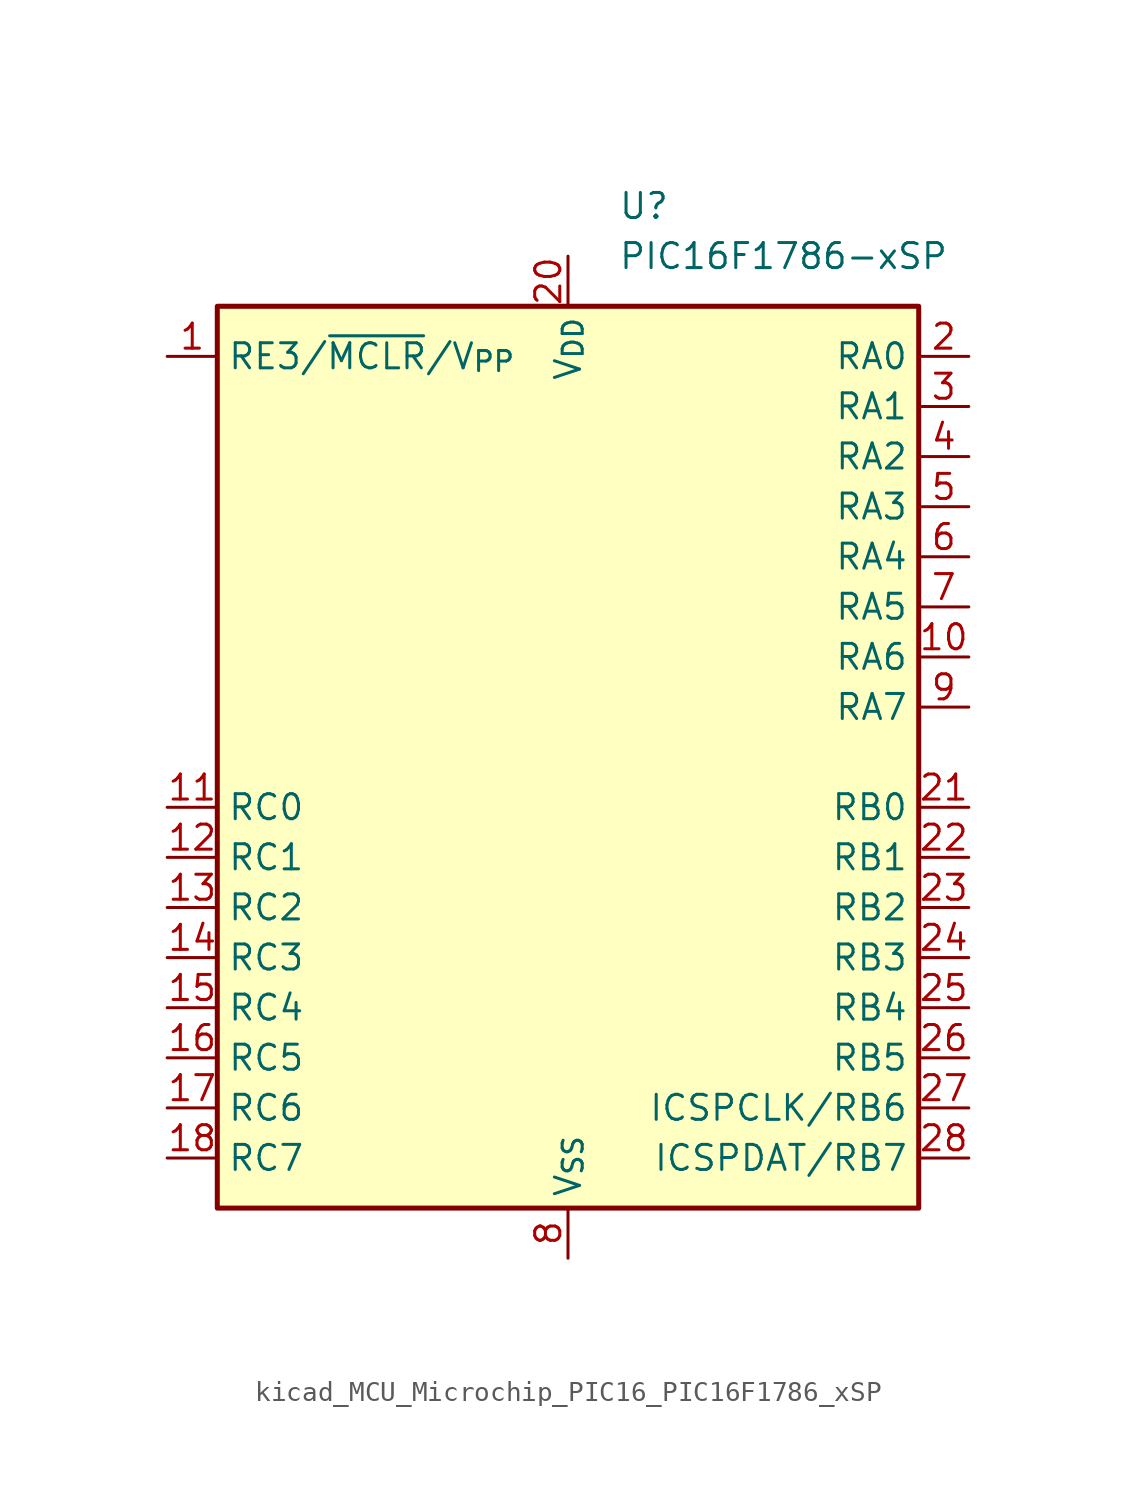
<source format=kicad_sym>
(kicad_symbol_lib
  (version 20220914)
  (generator kicad_symbol_editor)
  (symbol "kicad_MCU_Microchip_PIC16_PIC16F1786_xSP"
    (property "Reference" "U"
      (at 2.54 27.94 0)
      (effects (font (size 1.27 1.27)) (justify left)))
    (property "Value" "PIC16F1786-xSP"
      (at 2.54 25.4 0)
      (effects (font (size 1.27 1.27)) (justify left)))
    (symbol "kicad_MCU_Microchip_PIC16_PIC16F1786_xSP_0_1"
      (rectangle (start -17.78 -22.86) (end 17.78 22.86) (stroke (width 0.254) (type default)) (fill (type background))))
    (symbol "kicad_MCU_Microchip_PIC16_PIC16F1786_xSP_1_1"
      (pin input line (at -20.32 20.32 0) (length 2.54) (name "RE3/~{MCLR}/V_{PP}" (effects (font (size 1.27 1.27)))) (number "1" (effects (font (size 1.27 1.27)))))
      (pin bidirectional line (at 20.32 5.08 180) (length 2.54) (name "RA6" (effects (font (size 1.27 1.27)))) (number "10" (effects (font (size 1.27 1.27)))))
      (pin bidirectional line (at -20.32 -2.54 0) (length 2.54) (name "RC0" (effects (font (size 1.27 1.27)))) (number "11" (effects (font (size 1.27 1.27)))))
      (pin bidirectional line (at -20.32 -5.08 0) (length 2.54) (name "RC1" (effects (font (size 1.27 1.27)))) (number "12" (effects (font (size 1.27 1.27)))))
      (pin bidirectional line (at -20.32 -7.62 0) (length 2.54) (name "RC2" (effects (font (size 1.27 1.27)))) (number "13" (effects (font (size 1.27 1.27)))))
      (pin bidirectional line (at -20.32 -10.16 0) (length 2.54) (name "RC3" (effects (font (size 1.27 1.27)))) (number "14" (effects (font (size 1.27 1.27)))))
      (pin bidirectional line (at -20.32 -12.7 0) (length 2.54) (name "RC4" (effects (font (size 1.27 1.27)))) (number "15" (effects (font (size 1.27 1.27)))))
      (pin bidirectional line (at -20.32 -15.24 0) (length 2.54) (name "RC5" (effects (font (size 1.27 1.27)))) (number "16" (effects (font (size 1.27 1.27)))))
      (pin bidirectional line (at -20.32 -17.78 0) (length 2.54) (name "RC6" (effects (font (size 1.27 1.27)))) (number "17" (effects (font (size 1.27 1.27)))))
      (pin bidirectional line (at -20.32 -20.32 0) (length 2.54) (name "RC7" (effects (font (size 1.27 1.27)))) (number "18" (effects (font (size 1.27 1.27)))))
      (pin passive line (at 0 -25.4 90) (length 2.54) hide (name "V_{SS}" (effects (font (size 1.27 1.27)))) (number "19" (effects (font (size 1.27 1.27)))))
      (pin bidirectional line (at 20.32 20.32 180) (length 2.54) (name "RA0" (effects (font (size 1.27 1.27)))) (number "2" (effects (font (size 1.27 1.27)))))
      (pin power_in line (at 0 25.4 270) (length 2.54) (name "V_{DD}" (effects (font (size 1.27 1.27)))) (number "20" (effects (font (size 1.27 1.27)))))
      (pin bidirectional line (at 20.32 -2.54 180) (length 2.54) (name "RB0" (effects (font (size 1.27 1.27)))) (number "21" (effects (font (size 1.27 1.27)))))
      (pin bidirectional line (at 20.32 -5.08 180) (length 2.54) (name "RB1" (effects (font (size 1.27 1.27)))) (number "22" (effects (font (size 1.27 1.27)))))
      (pin bidirectional line (at 20.32 -7.62 180) (length 2.54) (name "RB2" (effects (font (size 1.27 1.27)))) (number "23" (effects (font (size 1.27 1.27)))))
      (pin bidirectional line (at 20.32 -10.16 180) (length 2.54) (name "RB3" (effects (font (size 1.27 1.27)))) (number "24" (effects (font (size 1.27 1.27)))))
      (pin bidirectional line (at 20.32 -12.7 180) (length 2.54) (name "RB4" (effects (font (size 1.27 1.27)))) (number "25" (effects (font (size 1.27 1.27)))))
      (pin bidirectional line (at 20.32 -15.24 180) (length 2.54) (name "RB5" (effects (font (size 1.27 1.27)))) (number "26" (effects (font (size 1.27 1.27)))))
      (pin bidirectional line (at 20.32 -17.78 180) (length 2.54) (name "ICSPCLK/RB6" (effects (font (size 1.27 1.27)))) (number "27" (effects (font (size 1.27 1.27)))))
      (pin bidirectional line (at 20.32 -20.32 180) (length 2.54) (name "ICSPDAT/RB7" (effects (font (size 1.27 1.27)))) (number "28" (effects (font (size 1.27 1.27)))))
      (pin bidirectional line (at 20.32 17.78 180) (length 2.54) (name "RA1" (effects (font (size 1.27 1.27)))) (number "3" (effects (font (size 1.27 1.27)))))
      (pin bidirectional line (at 20.32 15.24 180) (length 2.54) (name "RA2" (effects (font (size 1.27 1.27)))) (number "4" (effects (font (size 1.27 1.27)))))
      (pin bidirectional line (at 20.32 12.7 180) (length 2.54) (name "RA3" (effects (font (size 1.27 1.27)))) (number "5" (effects (font (size 1.27 1.27)))))
      (pin bidirectional line (at 20.32 10.16 180) (length 2.54) (name "RA4" (effects (font (size 1.27 1.27)))) (number "6" (effects (font (size 1.27 1.27)))))
      (pin bidirectional line (at 20.32 7.62 180) (length 2.54) (name "RA5" (effects (font (size 1.27 1.27)))) (number "7" (effects (font (size 1.27 1.27)))))
      (pin power_in line (at 0 -25.4 90) (length 2.54) (name "V_{SS}" (effects (font (size 1.27 1.27)))) (number "8" (effects (font (size 1.27 1.27)))))
      (pin bidirectional line (at 20.32 2.54 180) (length 2.54) (name "RA7" (effects (font (size 1.27 1.27)))) (number "9" (effects (font (size 1.27 1.27))))))))
</source>
